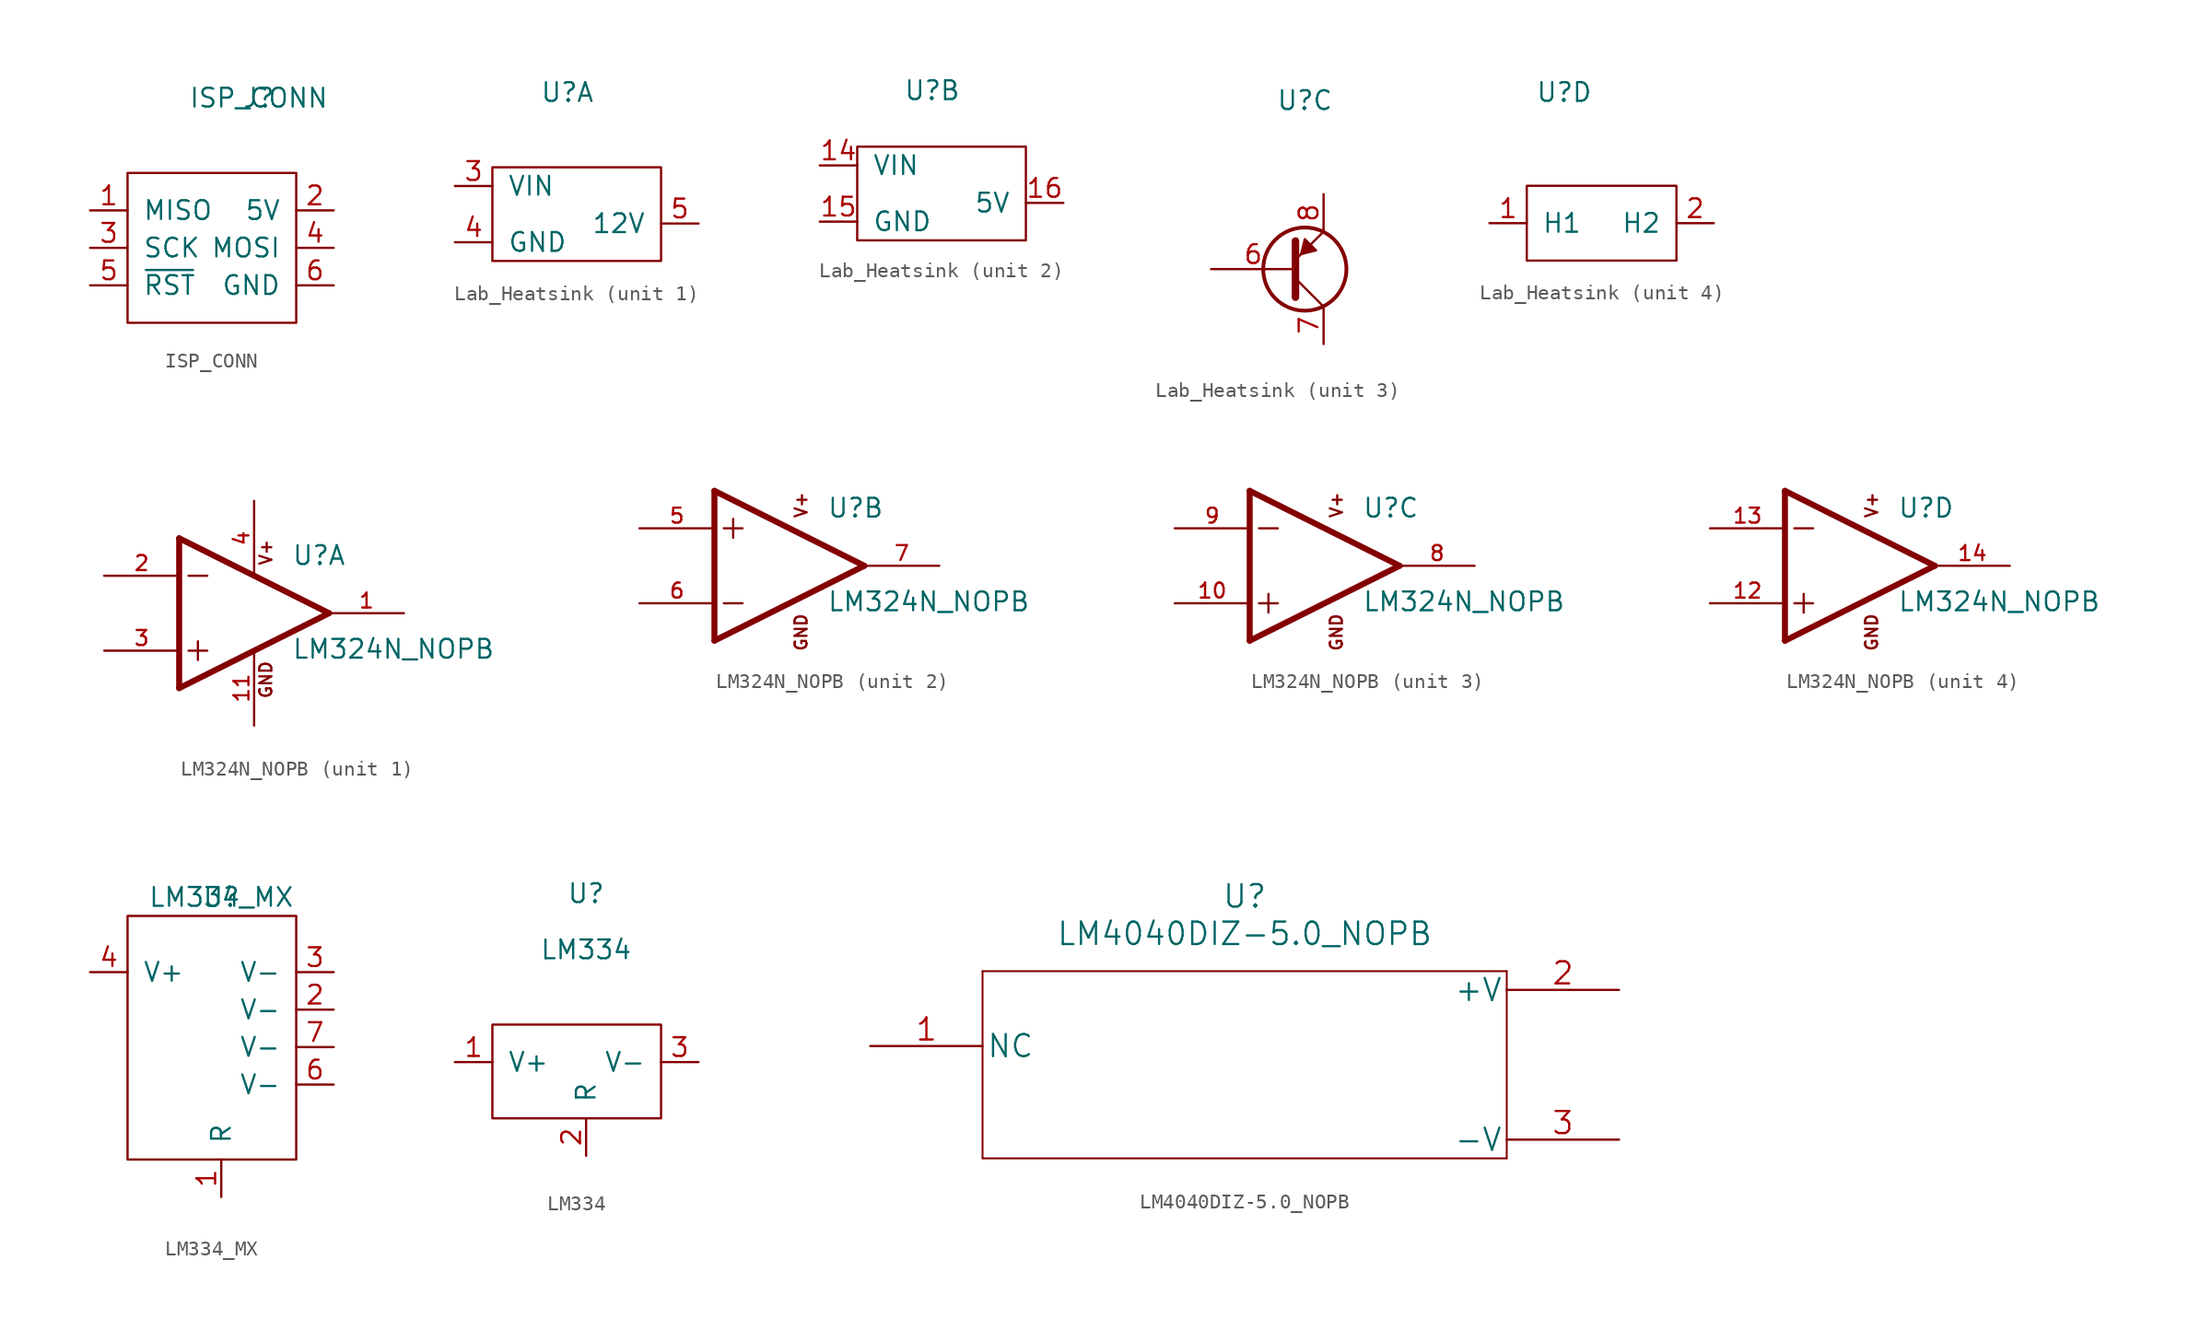
<source format=kicad_sym>
(kicad_symbol_lib
  (version 20211014)
  (generator kicad_symbol_editor)
  (symbol "ISP_CONN"
    (pin_names
      (offset 1.016))
    (property "Reference" "J"
      (at 0 0 0)
      (effects (font (size 1.27 1.27))))
    (property "Value" "ISP_CONN"
      (at 0 0 0)
      (effects (font (size 1.27 1.27))))
    (symbol "ISP_CONN_0_1"
      (rectangle (start -8.89 -5.08) (end 2.54 -15.24) (stroke (width 0) (type default) (color 0 0 0 0)) (fill (type none))))
    (symbol "ISP_CONN_1_1"
      (pin power_out line (at -11.43 -7.62 0) (length 2.54) (name "MISO" (effects (font (size 1.27 1.27)))) (number "1" (effects (font (size 1.27 1.27)))))
      (pin power_out line (at 5.08 -7.62 180) (length 2.54) (name "5V" (effects (font (size 1.27 1.27)))) (number "2" (effects (font (size 1.27 1.27)))))
      (pin power_out line (at -11.43 -10.16 0) (length 2.54) (name "SCK" (effects (font (size 1.27 1.27)))) (number "3" (effects (font (size 1.27 1.27)))))
      (pin power_out line (at 5.08 -10.16 180) (length 2.54) (name "MOSI" (effects (font (size 1.27 1.27)))) (number "4" (effects (font (size 1.27 1.27)))))
      (pin power_out line (at -11.43 -12.7 0) (length 2.54) (name "~{RST}" (effects (font (size 1.27 1.27)))) (number "5" (effects (font (size 1.27 1.27)))))
      (pin power_out line (at 5.08 -12.7 180) (length 2.54) (name "GND" (effects (font (size 1.27 1.27)))) (number "6" (effects (font (size 1.27 1.27)))))))
  (symbol "Lab_Heatsink"
    (pin_names
      (offset 1.016))
    (property "Reference" "U"
      (at 0 0 0)
      (effects (font (size 1.27 1.27))))
    (property "ki_locked" ""
      (at 0 0 0)
      (effects (font (size 1.27 1.27))))
    (symbol "Lab_Heatsink_1_1"
      (rectangle (start -5.08 -5.08) (end 6.35 -11.43) (stroke (width 0) (type default) (color 0 0 0 0)) (fill (type none)))
      (pin power_in line (at -7.62 -6.35 0) (length 2.54) (name "VIN" (effects (font (size 1.27 1.27)))) (number "3" (effects (font (size 1.27 1.27)))))
      (pin power_in line (at -7.62 -10.16 0) (length 2.54) (name "GND" (effects (font (size 1.27 1.27)))) (number "4" (effects (font (size 1.27 1.27)))))
      (pin power_out line (at 8.89 -8.89 180) (length 2.54) (name "12V" (effects (font (size 1.27 1.27)))) (number "5" (effects (font (size 1.27 1.27))))))
    (symbol "Lab_Heatsink_2_1"
      (rectangle (start -5.08 -3.81) (end 6.35 -10.16) (stroke (width 0) (type default) (color 0 0 0 0)) (fill (type none)))
      (pin power_in line (at -7.62 -5.08 0) (length 2.54) (name "VIN" (effects (font (size 1.27 1.27)))) (number "14" (effects (font (size 1.27 1.27)))))
      (pin power_in line (at -7.62 -8.89 0) (length 2.54) (name "GND" (effects (font (size 1.27 1.27)))) (number "15" (effects (font (size 1.27 1.27)))))
      (pin power_out line (at 8.89 -7.62 180) (length 2.54) (name "5V" (effects (font (size 1.27 1.27)))) (number "16" (effects (font (size 1.27 1.27))))))
    (symbol "Lab_Heatsink_3_1"
      (circle (center 0 -11.43) (radius 2.819) (stroke (width 0.254) (type default) (color 0 0 0 0)) (fill (type none)))
      (polyline (pts (xy -0.635 -10.795) (xy 1.27 -8.89)) (stroke (width 0) (type default) (color 0 0 0 0)) (fill (type none)))
      (polyline (pts (xy -0.508 -12.192) (xy 1.27 -13.97)) (stroke (width 0) (type default) (color 0 0 0 0)) (fill (type none)))
      (polyline (pts (xy -0.635 -9.525) (xy -0.635 -13.335) (xy -0.635 -13.335)) (stroke (width 0.508) (type default) (color 0 0 0 0)) (fill (type none)))
      (polyline (pts (xy -0.254 -10.414) (xy 0.762 -10.16) (xy 0 -9.398) (xy -0.254 -10.414)) (stroke (width 0) (type default) (color 0 0 0 0)) (fill (type outline)))
      (pin passive line (at -6.35 -11.43 0) (length 5.715) (name "~" (effects (font (size 1.27 1.27)))) (number "6" (effects (font (size 1.27 1.27)))))
      (pin passive line (at 1.27 -16.51 90) (length 2.54) (name "~" (effects (font (size 1.27 1.27)))) (number "7" (effects (font (size 1.27 1.27)))))
      (pin passive line (at 1.27 -6.35 270) (length 2.54) (name "~" (effects (font (size 1.27 1.27)))) (number "8" (effects (font (size 1.27 1.27))))))
    (symbol "Lab_Heatsink_4_1"
      (rectangle (start -2.54 -6.35) (end 7.62 -11.43) (stroke (width 0) (type default) (color 0 0 0 0)) (fill (type none)))
      (pin unspecified line (at -5.08 -8.89 0) (length 2.54) (name "H1" (effects (font (size 1.27 1.27)))) (number "1" (effects (font (size 1.27 1.27)))))
      (pin unspecified line (at 10.16 -8.89 180) (length 2.54) (name "H2" (effects (font (size 1.27 1.27)))) (number "2" (effects (font (size 1.27 1.27)))))))
  (symbol "LM324N_NOPB"
    (pin_names
      (offset 1.016) hide)
    (property "Reference" "U"
      (at 2.54 3.175 0)
      (effects (font (size 1.27 1.27)) (justify left bottom)))
    (property "Value" "LM324N_NOPB"
      (at 2.54 -3.175 0)
      (effects (font (size 1.27 1.27)) (justify left bottom)))
    (property "ki_locked" ""
      (at 0 0 0)
      (effects (font (size 1.27 1.27))))
    (symbol "LM324N_NOPB_0_0"
      (text "GND" (at 1.27 -3.175 900) (effects (font (size 0.813 0.813)) (justify right bottom)))
      (text "V+" (at 1.27 3.175 900) (effects (font (size 0.813 0.813)) (justify left bottom))))
    (symbol "LM324N_NOPB_1_0"
      (polyline (pts (xy -5.08 -5.08) (xy 5.08 0)) (stroke (width 0.406) (type default) (color 0 0 0 0)) (fill (type none)))
      (polyline (pts (xy -5.08 5.08) (xy -5.08 -5.08)) (stroke (width 0.406) (type default) (color 0 0 0 0)) (fill (type none)))
      (polyline (pts (xy -4.445 -2.54) (xy -3.175 -2.54)) (stroke (width 0.152) (type default) (color 0 0 0 0)) (fill (type none)))
      (polyline (pts (xy -4.445 2.54) (xy -3.175 2.54)) (stroke (width 0.152) (type default) (color 0 0 0 0)) (fill (type none)))
      (polyline (pts (xy -3.81 -1.905) (xy -3.81 -3.175)) (stroke (width 0.152) (type default) (color 0 0 0 0)) (fill (type none)))
      (polyline (pts (xy 5.08 0) (xy -5.08 5.08)) (stroke (width 0.406) (type default) (color 0 0 0 0)) (fill (type none)))
      (pin output line (at 10.16 0 180) (length 5.08) (name "~" (effects (font (size 1.016 1.016)))) (number "1" (effects (font (size 1.016 1.016)))))
      (pin power_in line (at 0 -7.62 90) (length 5.08) (name "~" (effects (font (size 1.016 1.016)))) (number "11" (effects (font (size 1.016 1.016)))))
      (pin input line (at -10.16 2.54 0) (length 5.08) (name "~" (effects (font (size 1.016 1.016)))) (number "2" (effects (font (size 1.016 1.016)))))
      (pin input line (at -10.16 -2.54 0) (length 5.08) (name "~" (effects (font (size 1.016 1.016)))) (number "3" (effects (font (size 1.016 1.016)))))
      (pin power_in line (at 0 7.62 270) (length 5.08) (name "~" (effects (font (size 1.016 1.016)))) (number "4" (effects (font (size 1.016 1.016))))))
    (symbol "LM324N_NOPB_2_0"
      (polyline (pts (xy -5.08 -5.08) (xy 5.08 0)) (stroke (width 0.406) (type default) (color 0 0 0 0)) (fill (type none)))
      (polyline (pts (xy -5.08 5.08) (xy -5.08 -5.08)) (stroke (width 0.406) (type default) (color 0 0 0 0)) (fill (type none)))
      (polyline (pts (xy -4.445 -2.54) (xy -3.175 -2.54)) (stroke (width 0.152) (type default) (color 0 0 0 0)) (fill (type none)))
      (polyline (pts (xy -4.445 2.54) (xy -3.175 2.54)) (stroke (width 0.152) (type default) (color 0 0 0 0)) (fill (type none)))
      (polyline (pts (xy -3.81 3.175) (xy -3.81 1.905)) (stroke (width 0.152) (type default) (color 0 0 0 0)) (fill (type none)))
      (polyline (pts (xy 5.08 0) (xy -5.08 5.08)) (stroke (width 0.406) (type default) (color 0 0 0 0)) (fill (type none)))
      (pin input line (at -10.16 2.54 0) (length 5.08) (name "~" (effects (font (size 1.016 1.016)))) (number "5" (effects (font (size 1.016 1.016)))))
      (pin input line (at -10.16 -2.54 0) (length 5.08) (name "~" (effects (font (size 1.016 1.016)))) (number "6" (effects (font (size 1.016 1.016)))))
      (pin output line (at 10.16 0 180) (length 5.08) (name "~" (effects (font (size 1.016 1.016)))) (number "7" (effects (font (size 1.016 1.016))))))
    (symbol "LM324N_NOPB_3_0"
      (polyline (pts (xy -5.08 -5.08) (xy 5.08 0)) (stroke (width 0.406) (type default) (color 0 0 0 0)) (fill (type none)))
      (polyline (pts (xy -5.08 5.08) (xy -5.08 -5.08)) (stroke (width 0.406) (type default) (color 0 0 0 0)) (fill (type none)))
      (polyline (pts (xy -4.445 -2.54) (xy -3.175 -2.54)) (stroke (width 0.152) (type default) (color 0 0 0 0)) (fill (type none)))
      (polyline (pts (xy -4.445 2.54) (xy -3.175 2.54)) (stroke (width 0.152) (type default) (color 0 0 0 0)) (fill (type none)))
      (polyline (pts (xy -3.81 -1.905) (xy -3.81 -3.175)) (stroke (width 0.152) (type default) (color 0 0 0 0)) (fill (type none)))
      (polyline (pts (xy 5.08 0) (xy -5.08 5.08)) (stroke (width 0.406) (type default) (color 0 0 0 0)) (fill (type none)))
      (pin input line (at -10.16 -2.54 0) (length 5.08) (name "~" (effects (font (size 1.016 1.016)))) (number "10" (effects (font (size 1.016 1.016)))))
      (pin output line (at 10.16 0 180) (length 5.08) (name "~" (effects (font (size 1.016 1.016)))) (number "8" (effects (font (size 1.016 1.016)))))
      (pin input line (at -10.16 2.54 0) (length 5.08) (name "~" (effects (font (size 1.016 1.016)))) (number "9" (effects (font (size 1.016 1.016))))))
    (symbol "LM324N_NOPB_4_0"
      (polyline (pts (xy -5.08 -5.08) (xy 5.08 0)) (stroke (width 0.406) (type default) (color 0 0 0 0)) (fill (type none)))
      (polyline (pts (xy -5.08 5.08) (xy -5.08 -5.08)) (stroke (width 0.406) (type default) (color 0 0 0 0)) (fill (type none)))
      (polyline (pts (xy -4.445 -2.54) (xy -3.175 -2.54)) (stroke (width 0.152) (type default) (color 0 0 0 0)) (fill (type none)))
      (polyline (pts (xy -4.445 2.54) (xy -3.175 2.54)) (stroke (width 0.152) (type default) (color 0 0 0 0)) (fill (type none)))
      (polyline (pts (xy -3.81 -1.905) (xy -3.81 -3.175)) (stroke (width 0.152) (type default) (color 0 0 0 0)) (fill (type none)))
      (polyline (pts (xy 5.08 0) (xy -5.08 5.08)) (stroke (width 0.406) (type default) (color 0 0 0 0)) (fill (type none)))
      (pin input line (at -10.16 -2.54 0) (length 5.08) (name "~" (effects (font (size 1.016 1.016)))) (number "12" (effects (font (size 1.016 1.016)))))
      (pin input line (at -10.16 2.54 0) (length 5.08) (name "~" (effects (font (size 1.016 1.016)))) (number "13" (effects (font (size 1.016 1.016)))))
      (pin output line (at 10.16 0 180) (length 5.08) (name "~" (effects (font (size 1.016 1.016)))) (number "14" (effects (font (size 1.016 1.016)))))))
  (symbol "LM334_MX"
    (pin_names
      (offset 1.016))
    (property "Reference" "U"
      (at 0 0 0)
      (effects (font (size 1.27 1.27))))
    (property "Value" "LM334_MX"
      (at 0 0 0)
      (effects (font (size 1.27 1.27))))
    (symbol "LM334_MX_0_1"
      (rectangle (start -6.35 -1.27) (end 5.08 -17.78) (stroke (width 0) (type default) (color 0 0 0 0)) (fill (type none))))
    (symbol "LM334_MX_1_1"
      (pin passive line (at 0 -20.32 90) (length 2.54) (name "R" (effects (font (size 1.27 1.27)))) (number "1" (effects (font (size 1.27 1.27)))))
      (pin power_out line (at 7.62 -7.62 180) (length 2.54) (name "V-" (effects (font (size 1.27 1.27)))) (number "2" (effects (font (size 1.27 1.27)))))
      (pin power_out line (at 7.62 -5.08 180) (length 2.54) (name "V-" (effects (font (size 1.27 1.27)))) (number "3" (effects (font (size 1.27 1.27)))))
      (pin power_out line (at -8.89 -5.08 0) (length 2.54) (name "V+" (effects (font (size 1.27 1.27)))) (number "4" (effects (font (size 1.27 1.27)))))
      (pin no_connect line (at -8.89 -8.89 0) (length 2.54) hide (name "NC" (effects (font (size 1.27 1.27)))) (number "5" (effects (font (size 1.27 1.27)))))
      (pin power_out line (at 7.62 -12.7 180) (length 2.54) (name "V-" (effects (font (size 1.27 1.27)))) (number "6" (effects (font (size 1.27 1.27)))))
      (pin power_out line (at 7.62 -10.16 180) (length 2.54) (name "V-" (effects (font (size 1.27 1.27)))) (number "7" (effects (font (size 1.27 1.27)))))
      (pin no_connect line (at -8.89 -11.43 0) (length 2.54) hide (name "NC" (effects (font (size 1.27 1.27)))) (number "8" (effects (font (size 1.27 1.27)))))))
  (symbol "LM334"
    (pin_names
      (offset 1.016))
    (property "Reference" "U"
      (at 1.27 8.89 0)
      (effects (font (size 1.27 1.27))))
    (property "Value" "LM334"
      (at 1.27 5.08 0)
      (effects (font (size 1.27 1.27))))
    (symbol "LM334_0_1"
      (rectangle (start -5.08 0) (end 6.35 -6.35) (stroke (width 0) (type default) (color 0 0 0 0)) (fill (type none))))
    (symbol "LM334_1_1"
      (pin power_out line (at -7.62 -2.54 0) (length 2.54) (name "V+" (effects (font (size 1.27 1.27)))) (number "1" (effects (font (size 1.27 1.27)))))
      (pin passive line (at 1.27 -8.89 90) (length 2.54) (name "R" (effects (font (size 1.27 1.27)))) (number "2" (effects (font (size 1.27 1.27)))))
      (pin power_out line (at 8.89 -2.54 180) (length 2.54) (name "V-" (effects (font (size 1.27 1.27)))) (number "3" (effects (font (size 1.27 1.27)))))))
  (symbol "LM4040DIZ-5.0_NOPB"
    (pin_names
      (offset 0.254))
    (property "Reference" "U"
      (at 25.4 10.16 0)
      (effects (font (size 1.524 1.524))))
    (property "Value" "LM4040DIZ-5.0_NOPB"
      (at 25.4 7.62 0)
      (effects (font (size 1.524 1.524))))
    (property "Datasheet" ""
      (at 0 0 0)
      (effects (font (size 1.524 1.524))))
    (property "ki_locked" ""
      (at 0 0 0)
      (effects (font (size 1.27 1.27))))
    (symbol "LM4040DIZ-5.0_NOPB_1_1"
      (polyline (pts (xy 7.62 -7.62) (xy 43.18 -7.62)) (stroke (width 0.127) (type default) (color 0 0 0 0)) (fill (type none)))
      (polyline (pts (xy 7.62 5.08) (xy 7.62 -7.62)) (stroke (width 0.127) (type default) (color 0 0 0 0)) (fill (type none)))
      (polyline (pts (xy 43.18 -7.62) (xy 43.18 5.08)) (stroke (width 0.127) (type default) (color 0 0 0 0)) (fill (type none)))
      (polyline (pts (xy 43.18 5.08) (xy 7.62 5.08)) (stroke (width 0.127) (type default) (color 0 0 0 0)) (fill (type none)))
      (pin passive line (at 0 0 0) (length 7.62) (name "NC" (effects (font (size 1.499 1.499)))) (number "1" (effects (font (size 1.499 1.499)))))
      (pin passive line (at 50.8 3.81 180) (length 7.62) (name "+V" (effects (font (size 1.499 1.499)))) (number "2" (effects (font (size 1.499 1.499)))))
      (pin passive line (at 50.8 -6.35 180) (length 7.62) (name "-V" (effects (font (size 1.499 1.499)))) (number "3" (effects (font (size 1.499 1.499))))))))
</source>
